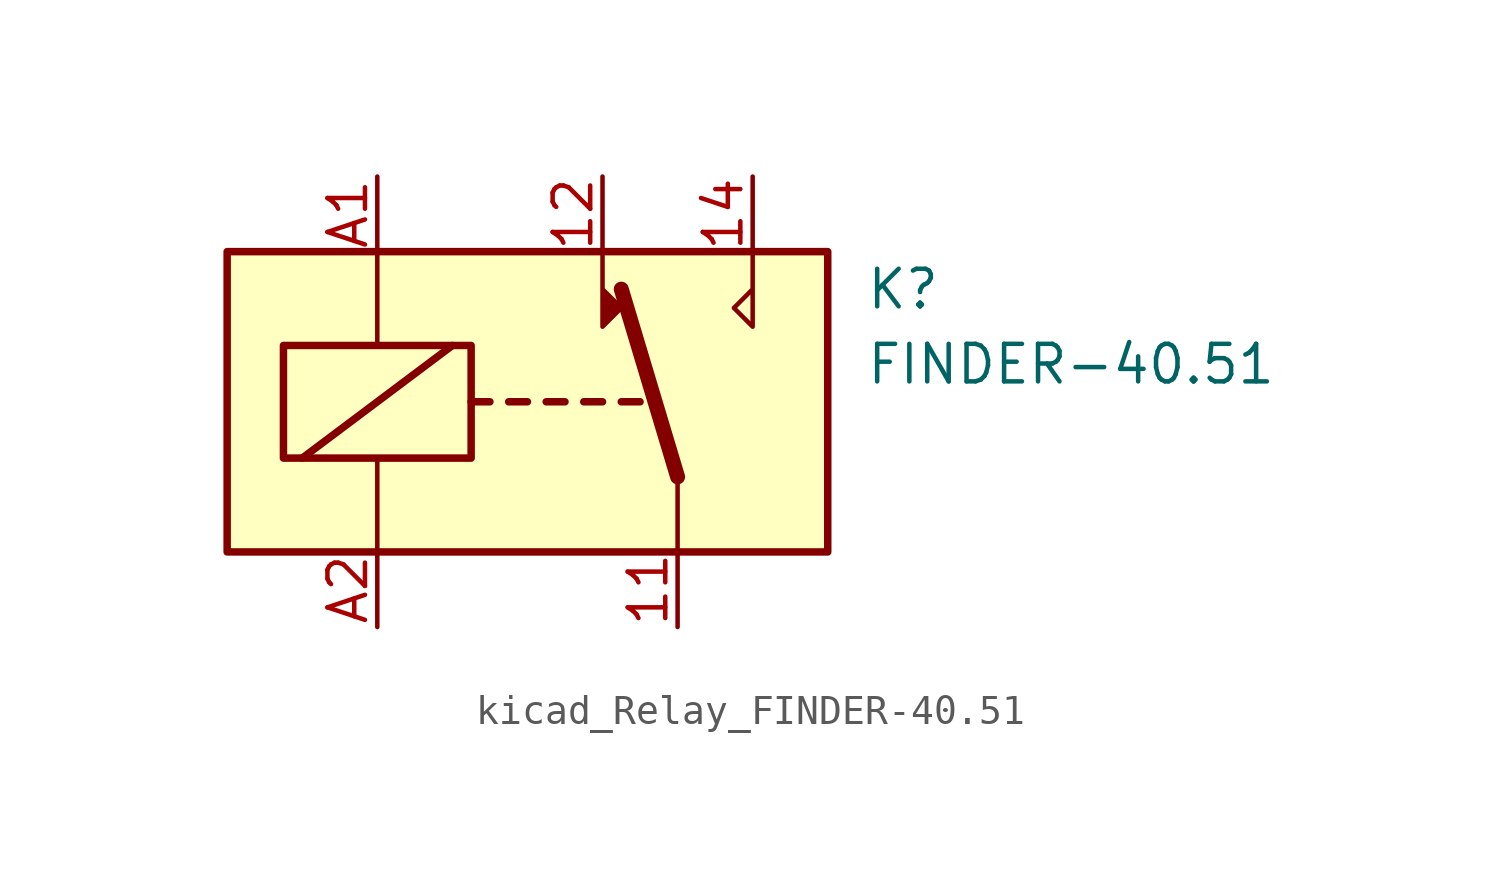
<source format=kicad_sym>
(kicad_symbol_lib
  (version 20220914)
  (generator kicad_symbol_editor)
  (symbol "kicad_Relay_FINDER-40.51"
    (property "Reference" "K"
      (at 11.43 3.81 0)
      (effects (font (size 1.27 1.27)) (justify left)))
    (property "Value" "FINDER-40.51"
      (at 11.43 1.27 0)
      (effects (font (size 1.27 1.27)) (justify left)))
    (symbol "kicad_Relay_FINDER-40.51_0_0"
      (polyline (pts (xy 7.62 5.08) (xy 7.62 2.54) (xy 6.985 3.175) (xy 7.62 3.81)) (stroke (width 0) (type default)) (fill (type none))))
    (symbol "kicad_Relay_FINDER-40.51_0_1"
      (rectangle (start -10.16 5.08) (end 10.16 -5.08) (stroke (width 0.254) (type default)) (fill (type background)))
      (rectangle (start -8.255 1.905) (end -1.905 -1.905) (stroke (width 0.254) (type default)) (fill (type none)))
      (polyline (pts (xy -7.62 -1.905) (xy -2.54 1.905)) (stroke (width 0.254) (type default)) (fill (type none)))
      (polyline (pts (xy -5.08 -5.08) (xy -5.08 -1.905)) (stroke (width 0) (type default)) (fill (type none)))
      (polyline (pts (xy -5.08 5.08) (xy -5.08 1.905)) (stroke (width 0) (type default)) (fill (type none)))
      (polyline (pts (xy -1.905 0) (xy -1.27 0)) (stroke (width 0.254) (type default)) (fill (type none)))
      (polyline (pts (xy -0.635 0) (xy 0 0)) (stroke (width 0.254) (type default)) (fill (type none)))
      (polyline (pts (xy 0.635 0) (xy 1.27 0)) (stroke (width 0.254) (type default)) (fill (type none)))
      (polyline (pts (xy 1.905 0) (xy 2.54 0)) (stroke (width 0.254) (type default)) (fill (type none)))
      (polyline (pts (xy 3.175 0) (xy 3.81 0)) (stroke (width 0.254) (type default)) (fill (type none)))
      (polyline (pts (xy 5.08 -2.54) (xy 3.175 3.81)) (stroke (width 0.508) (type default)) (fill (type none)))
      (polyline (pts (xy 5.08 -2.54) (xy 5.08 -5.08)) (stroke (width 0) (type default)) (fill (type none)))
      (polyline (pts (xy 2.54 5.08) (xy 2.54 2.54) (xy 3.175 3.175) (xy 2.54 3.81)) (stroke (width 0) (type default)) (fill (type outline))))
    (symbol "kicad_Relay_FINDER-40.51_1_1"
      (pin passive line (at 5.08 -7.62 90) (length 2.54) (name "~" (effects (font (size 1.27 1.27)))) (number "11" (effects (font (size 1.27 1.27)))))
      (pin passive line (at 2.54 7.62 270) (length 2.54) (name "~" (effects (font (size 1.27 1.27)))) (number "12" (effects (font (size 1.27 1.27)))))
      (pin passive line (at 7.62 7.62 270) (length 2.54) (name "~" (effects (font (size 1.27 1.27)))) (number "14" (effects (font (size 1.27 1.27)))))
      (pin passive line (at -5.08 7.62 270) (length 2.54) (name "~" (effects (font (size 1.27 1.27)))) (number "A1" (effects (font (size 1.27 1.27)))))
      (pin passive line (at -5.08 -7.62 90) (length 2.54) (name "~" (effects (font (size 1.27 1.27)))) (number "A2" (effects (font (size 1.27 1.27))))))))
</source>
